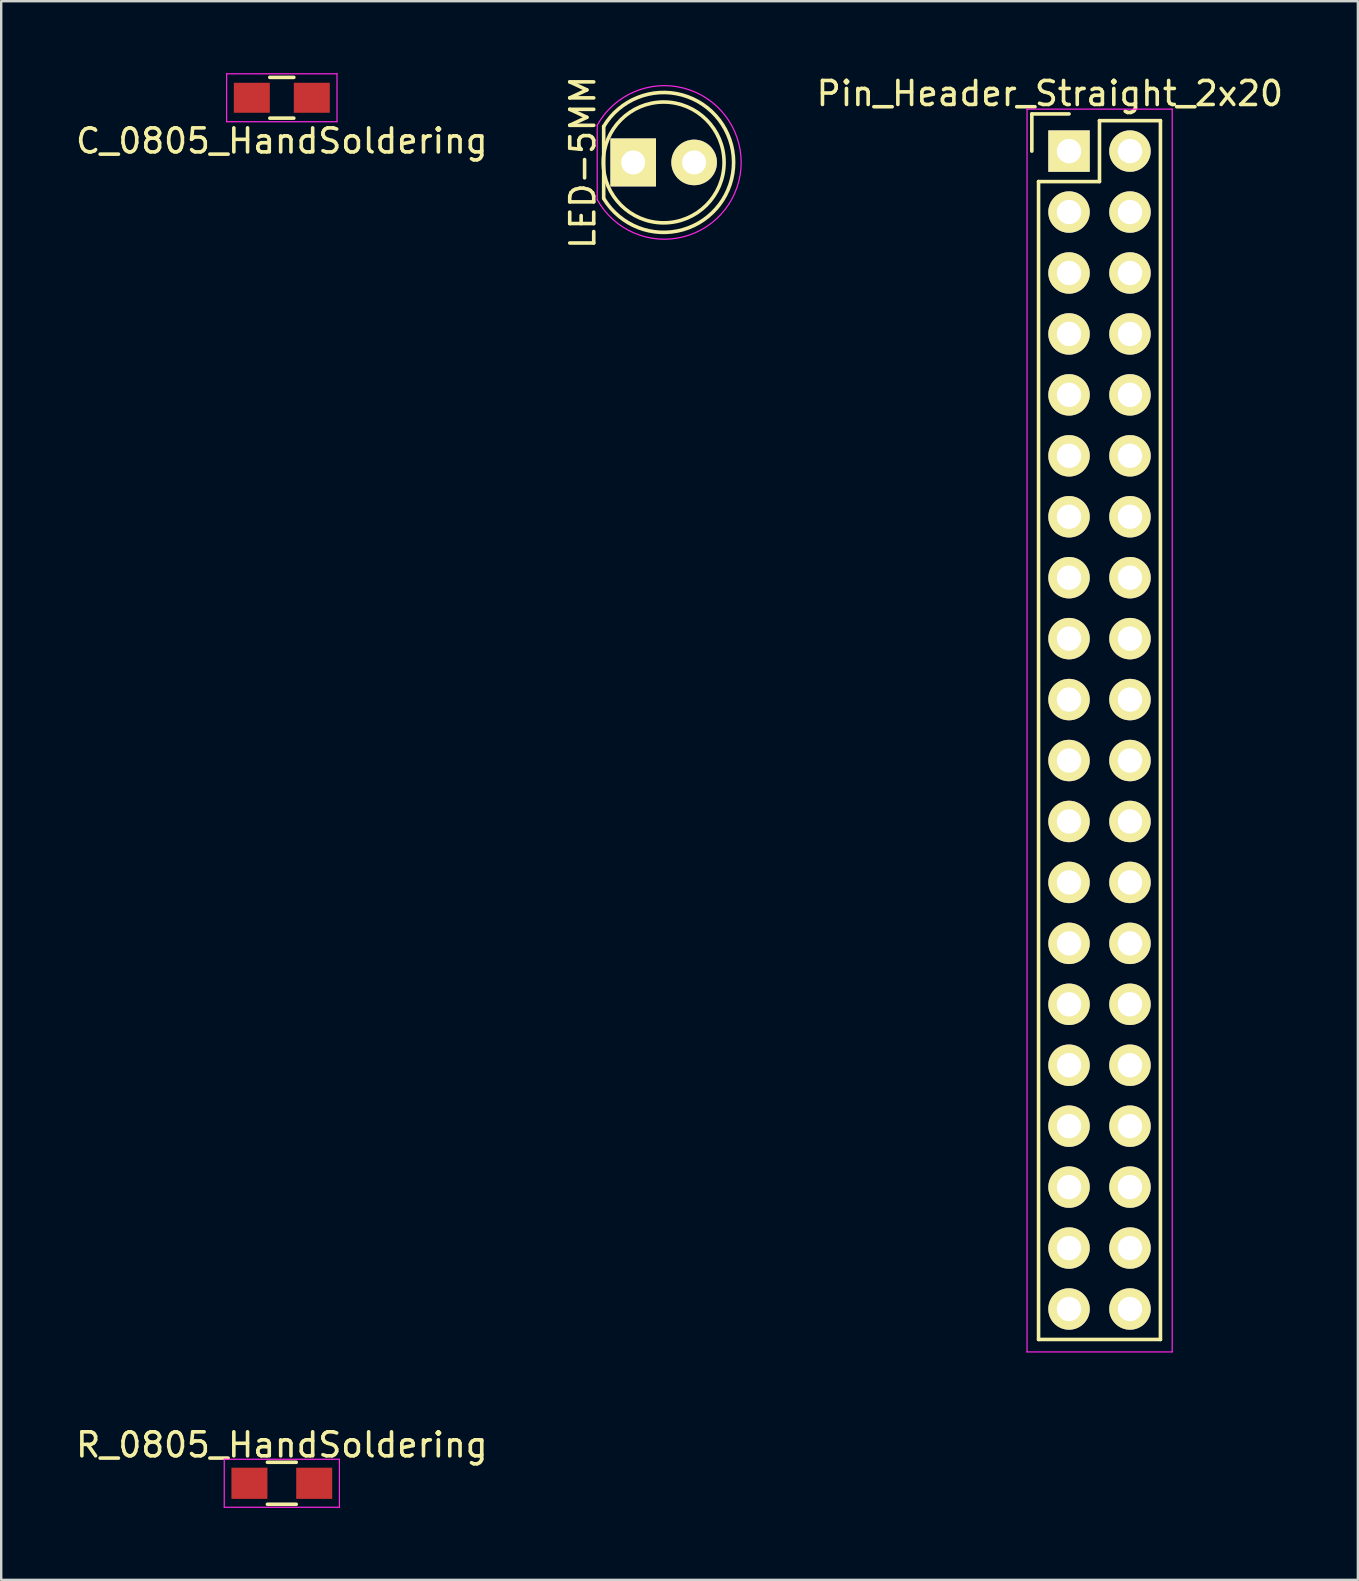
<source format=kicad_pcb>
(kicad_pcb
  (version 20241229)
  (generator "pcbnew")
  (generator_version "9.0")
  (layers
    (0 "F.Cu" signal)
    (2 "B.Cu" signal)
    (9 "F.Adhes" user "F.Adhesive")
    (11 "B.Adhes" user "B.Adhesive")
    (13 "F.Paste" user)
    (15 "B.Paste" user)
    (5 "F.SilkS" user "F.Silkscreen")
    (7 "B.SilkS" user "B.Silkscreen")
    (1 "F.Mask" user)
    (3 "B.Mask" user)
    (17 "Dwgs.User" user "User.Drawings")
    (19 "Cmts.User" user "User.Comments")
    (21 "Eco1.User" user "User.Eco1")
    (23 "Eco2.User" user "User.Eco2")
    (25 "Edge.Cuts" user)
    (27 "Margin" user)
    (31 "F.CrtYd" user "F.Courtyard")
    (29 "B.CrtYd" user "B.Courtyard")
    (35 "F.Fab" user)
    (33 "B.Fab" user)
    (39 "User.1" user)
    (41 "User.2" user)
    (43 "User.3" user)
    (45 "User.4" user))
  (footprint "LED-5MM"
    (layer "F.Cu")
    (at 23.341 3.72)
    (property "Reference" "LED-5MM" (at -2.1 0 90) (layer "F.SilkS") (effects (font (size 1 1) (thickness 0.15))))
    (attr through_hole)
    (fp_line (start -1.23 1.5) (end -1.23 -1.5) (stroke (width 0.15) (type solid)) (layer "F.SilkS"))
    (fp_arc (start -1.23 -1.5) (mid 4.18544 -0.014565) (end -1.214888 1.524904) (stroke (width 0.15) (type solid)) (layer "F.SilkS"))
    (fp_circle (center 1.27 0) (end 0.97 -2.5) (stroke (width 0.15) (type solid)) (fill no) (layer "F.SilkS"))
    (fp_line (start -1.5 -1.55) (end -1.5 1.55) (stroke (width 0.05) (type solid)) (layer "F.CrtYd"))
    (fp_arc (start -1.498248 -1.55316) (mid 4.50039 0.001807) (end -1.5 1.55) (stroke (width 0.05) (type solid)) (layer "F.CrtYd"))
    (pad "1" thru_hole rect (at 0 0 90) (size 2 1.9) (drill 1.001) (layers "*.Cu" "*.Mask" "F.SilkS"))
    (pad "2" thru_hole circle (at 2.54 0) (size 1.9 1.9) (drill 1.001) (layers "*.Cu" "*.Mask" "F.SilkS")))
  (footprint "C_0805_HandSoldering"
    (layer "F.Cu")
    (at 8.696 1.025)
    (property "Reference" "C_0805_HandSoldering" (at 0 1.8 0) (layer "F.SilkS") (effects (font (size 1 1) (thickness 0.15))))
    (attr smd)
    (fp_line (start -0.5 0.85) (end 0.5 0.85) (stroke (width 0.15) (type solid)) (layer "F.SilkS"))
    (fp_line (start 0.5 -0.85) (end -0.5 -0.85) (stroke (width 0.15) (type solid)) (layer "F.SilkS"))
    (fp_line (start -2.3 -1) (end -2.3 1) (stroke (width 0.05) (type solid)) (layer "F.CrtYd"))
    (fp_line (start -2.3 -1) (end 2.3 -1) (stroke (width 0.05) (type solid)) (layer "F.CrtYd"))
    (fp_line (start -2.3 1) (end 2.3 1) (stroke (width 0.05) (type solid)) (layer "F.CrtYd"))
    (fp_line (start 2.3 -1) (end 2.3 1) (stroke (width 0.05) (type solid)) (layer "F.CrtYd"))
    (pad "1" smd rect (at -1.25 0) (size 1.5 1.25) (layers "F.Cu" "F.Mask" "F.Paste"))
    (pad "2" smd rect (at 1.25 0) (size 1.5 1.25) (layers "F.Cu" "F.Mask" "F.Paste")))
  (footprint "Pin_Header_Straight_2x20"
    (layer "F.Cu")
    (at 41.506 3.248)
    (property "Reference" "Pin_Header_Straight_2x20" (at -0.8 -2.4 180) (layer "F.SilkS") (effects (font (size 1 1) (thickness 0.15))))
    (attr through_hole)
    (fp_line (start -1.55 -1.55) (end -1.55 0) (stroke (width 0.15) (type solid)) (layer "F.SilkS"))
    (fp_line (start -1.27 1.27) (end -1.27 49.53) (stroke (width 0.15) (type solid)) (layer "F.SilkS"))
    (fp_line (start 0 -1.55) (end -1.55 -1.55) (stroke (width 0.15) (type solid)) (layer "F.SilkS"))
    (fp_line (start 1.27 -1.27) (end 1.27 1.27) (stroke (width 0.15) (type solid)) (layer "F.SilkS"))
    (fp_line (start 1.27 1.27) (end -1.27 1.27) (stroke (width 0.15) (type solid)) (layer "F.SilkS"))
    (fp_line (start 3.81 -1.27) (end 1.27 -1.27) (stroke (width 0.15) (type solid)) (layer "F.SilkS"))
    (fp_line (start 3.81 49.53) (end -1.27 49.53) (stroke (width 0.15) (type solid)) (layer "F.SilkS"))
    (fp_line (start 3.81 49.53) (end 3.81 -1.27) (stroke (width 0.15) (type solid)) (layer "F.SilkS"))
    (fp_line (start -1.75 -1.75) (end -1.75 50.05) (stroke (width 0.05) (type solid)) (layer "F.CrtYd"))
    (fp_line (start -1.75 -1.75) (end 4.3 -1.75) (stroke (width 0.05) (type solid)) (layer "F.CrtYd"))
    (fp_line (start -1.75 50.05) (end 4.3 50.05) (stroke (width 0.05) (type solid)) (layer "F.CrtYd"))
    (fp_line (start 4.3 -1.75) (end 4.3 50.05) (stroke (width 0.05) (type solid)) (layer "F.CrtYd"))
    (pad "1" thru_hole rect (at 0 0) (size 1.727 1.727) (drill 1.016) (layers "*.Cu" "*.Mask" "F.SilkS"))
    (pad "2" thru_hole oval (at 2.54 0) (size 1.727 1.727) (drill 1.016) (layers "*.Cu" "*.Mask" "F.SilkS"))
    (pad "3" thru_hole oval (at 0 2.54) (size 1.727 1.727) (drill 1.016) (layers "*.Cu" "*.Mask" "F.SilkS"))
    (pad "4" thru_hole oval (at 2.54 2.54) (size 1.727 1.727) (drill 1.016) (layers "*.Cu" "*.Mask" "F.SilkS"))
    (pad "5" thru_hole oval (at 0 5.08) (size 1.727 1.727) (drill 1.016) (layers "*.Cu" "*.Mask" "F.SilkS"))
    (pad "6" thru_hole oval (at 2.54 5.08) (size 1.727 1.727) (drill 1.016) (layers "*.Cu" "*.Mask" "F.SilkS"))
    (pad "7" thru_hole oval (at 0 7.62) (size 1.727 1.727) (drill 1.016) (layers "*.Cu" "*.Mask" "F.SilkS"))
    (pad "8" thru_hole oval (at 2.54 7.62) (size 1.727 1.727) (drill 1.016) (layers "*.Cu" "*.Mask" "F.SilkS"))
    (pad "9" thru_hole oval (at 0 10.16) (size 1.727 1.727) (drill 1.016) (layers "*.Cu" "*.Mask" "F.SilkS"))
    (pad "10" thru_hole oval (at 2.54 10.16) (size 1.727 1.727) (drill 1.016) (layers "*.Cu" "*.Mask" "F.SilkS"))
    (pad "11" thru_hole oval (at 0 12.7) (size 1.727 1.727) (drill 1.016) (layers "*.Cu" "*.Mask" "F.SilkS"))
    (pad "12" thru_hole oval (at 2.54 12.7) (size 1.727 1.727) (drill 1.016) (layers "*.Cu" "*.Mask" "F.SilkS"))
    (pad "13" thru_hole oval (at 0 15.24) (size 1.727 1.727) (drill 1.016) (layers "*.Cu" "*.Mask" "F.SilkS"))
    (pad "14" thru_hole oval (at 2.54 15.24) (size 1.727 1.727) (drill 1.016) (layers "*.Cu" "*.Mask" "F.SilkS"))
    (pad "15" thru_hole oval (at 0 17.78) (size 1.727 1.727) (drill 1.016) (layers "*.Cu" "*.Mask" "F.SilkS"))
    (pad "16" thru_hole oval (at 2.54 17.78) (size 1.727 1.727) (drill 1.016) (layers "*.Cu" "*.Mask" "F.SilkS"))
    (pad "17" thru_hole oval (at 0 20.32) (size 1.727 1.727) (drill 1.016) (layers "*.Cu" "*.Mask" "F.SilkS"))
    (pad "18" thru_hole oval (at 2.54 20.32) (size 1.727 1.727) (drill 1.016) (layers "*.Cu" "*.Mask" "F.SilkS"))
    (pad "19" thru_hole oval (at 0 22.86) (size 1.727 1.727) (drill 1.016) (layers "*.Cu" "*.Mask" "F.SilkS"))
    (pad "20" thru_hole oval (at 2.54 22.86) (size 1.727 1.727) (drill 1.016) (layers "*.Cu" "*.Mask" "F.SilkS"))
    (pad "21" thru_hole oval (at 0 25.4) (size 1.727 1.727) (drill 1.016) (layers "*.Cu" "*.Mask" "F.SilkS"))
    (pad "22" thru_hole oval (at 2.54 25.4) (size 1.727 1.727) (drill 1.016) (layers "*.Cu" "*.Mask" "F.SilkS"))
    (pad "23" thru_hole oval (at 0 27.94) (size 1.727 1.727) (drill 1.016) (layers "*.Cu" "*.Mask" "F.SilkS"))
    (pad "24" thru_hole oval (at 2.54 27.94) (size 1.727 1.727) (drill 1.016) (layers "*.Cu" "*.Mask" "F.SilkS"))
    (pad "25" thru_hole oval (at 0 30.48) (size 1.727 1.727) (drill 1.016) (layers "*.Cu" "*.Mask" "F.SilkS"))
    (pad "26" thru_hole oval (at 2.54 30.48) (size 1.727 1.727) (drill 1.016) (layers "*.Cu" "*.Mask" "F.SilkS"))
    (pad "27" thru_hole oval (at 0 33.02) (size 1.727 1.727) (drill 1.016) (layers "*.Cu" "*.Mask" "F.SilkS"))
    (pad "28" thru_hole oval (at 2.54 33.02) (size 1.727 1.727) (drill 1.016) (layers "*.Cu" "*.Mask" "F.SilkS"))
    (pad "29" thru_hole oval (at 0 35.56) (size 1.727 1.727) (drill 1.016) (layers "*.Cu" "*.Mask" "F.SilkS"))
    (pad "30" thru_hole oval (at 2.54 35.56) (size 1.727 1.727) (drill 1.016) (layers "*.Cu" "*.Mask" "F.SilkS"))
    (pad "31" thru_hole oval (at 0 38.1) (size 1.727 1.727) (drill 1.016) (layers "*.Cu" "*.Mask" "F.SilkS"))
    (pad "32" thru_hole oval (at 2.54 38.1) (size 1.727 1.727) (drill 1.016) (layers "*.Cu" "*.Mask" "F.SilkS"))
    (pad "33" thru_hole oval (at 0 40.64) (size 1.727 1.727) (drill 1.016) (layers "*.Cu" "*.Mask" "F.SilkS"))
    (pad "34" thru_hole oval (at 2.54 40.64) (size 1.727 1.727) (drill 1.016) (layers "*.Cu" "*.Mask" "F.SilkS"))
    (pad "35" thru_hole oval (at 0 43.18) (size 1.727 1.727) (drill 1.016) (layers "*.Cu" "*.Mask" "F.SilkS"))
    (pad "36" thru_hole oval (at 2.54 43.18) (size 1.727 1.727) (drill 1.016) (layers "*.Cu" "*.Mask" "F.SilkS"))
    (pad "37" thru_hole oval (at 0 45.72) (size 1.727 1.727) (drill 1.016) (layers "*.Cu" "*.Mask" "F.SilkS"))
    (pad "38" thru_hole oval (at 2.54 45.72) (size 1.727 1.727) (drill 1.016) (layers "*.Cu" "*.Mask" "F.SilkS"))
    (pad "39" thru_hole oval (at 0 48.26) (size 1.727 1.727) (drill 1.016) (layers "*.Cu" "*.Mask" "F.SilkS"))
    (pad "40" thru_hole oval (at 2.54 48.26) (size 1.727 1.727) (drill 1.016) (layers "*.Cu" "*.Mask" "F.SilkS")))
  (footprint "R_0805_HandSoldering"
    (layer "F.Cu")
    (at 8.696 58.772)
    (property "Reference" "R_0805_HandSoldering" (at 0 -1.6 0) (layer "F.SilkS") (effects (font (size 1 1) (thickness 0.15))))
    (attr smd)
    (fp_line (start -0.6 -0.875) (end 0.6 -0.875) (stroke (width 0.15) (type solid)) (layer "F.SilkS"))
    (fp_line (start 0.6 0.875) (end -0.6 0.875) (stroke (width 0.15) (type solid)) (layer "F.SilkS"))
    (fp_line (start -2.4 -1) (end -2.4 1) (stroke (width 0.05) (type solid)) (layer "F.CrtYd"))
    (fp_line (start -2.4 -1) (end 2.4 -1) (stroke (width 0.05) (type solid)) (layer "F.CrtYd"))
    (fp_line (start -2.4 1) (end 2.4 1) (stroke (width 0.05) (type solid)) (layer "F.CrtYd"))
    (fp_line (start 2.4 -1) (end 2.4 1) (stroke (width 0.05) (type solid)) (layer "F.CrtYd"))
    (pad "1" smd rect (at -1.35 0) (size 1.5 1.3) (layers "F.Cu" "F.Mask" "F.Paste"))
    (pad "2" smd rect (at 1.35 0) (size 1.5 1.3) (layers "F.Cu" "F.Mask" "F.Paste")))
  (gr_rect
    (start -3 -3)
    (end 53.545 62.797)
    (stroke (width 0.1) (type default))
    (fill no)
    (layer "Edge.Cuts")))
</source>
